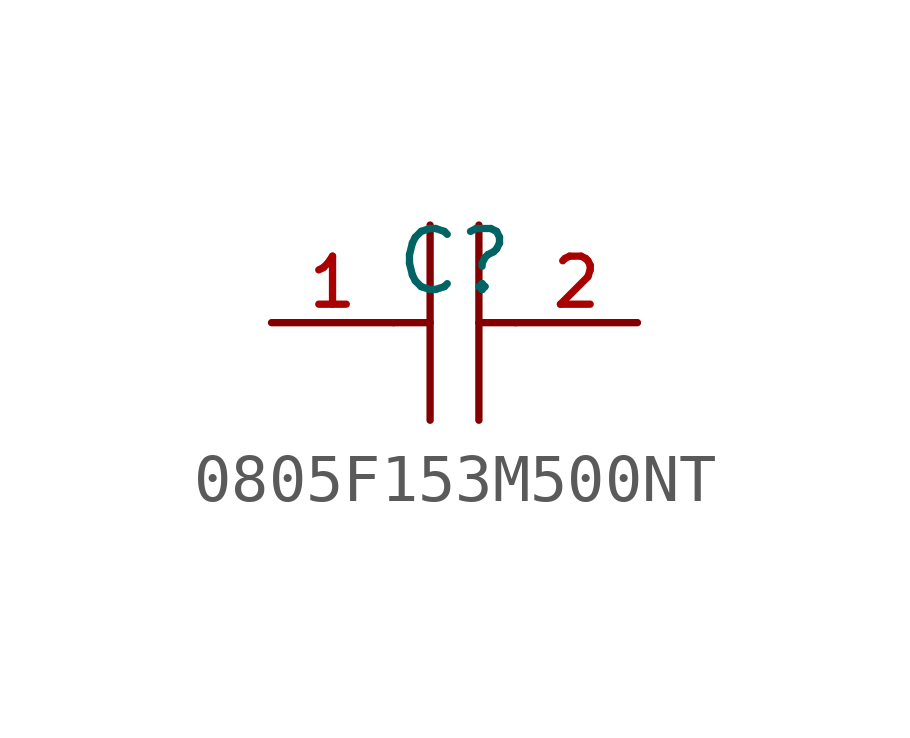
<source format=kicad_sym>
(kicad_symbol_lib
  (version 20210201)
  (generator TousstNicolas/JLC2KiCad_lib)
  (symbol "0805F153M500NT"
    (pin_names hide)
    (property "Reference" "C"
      (at 0 1.27 0)
      (effects (font (size 1.27 1.27))))
    (symbol "0805F153M500NT_0_1"
      (polyline (pts (xy -0.508 2.032) (xy -0.508 -2.032)) (stroke (width 0) (type default) (color 0 0 0 0)) (fill (type none)))
      (polyline (pts (xy 0.508 2.032) (xy 0.508 -2.032)) (stroke (width 0) (type default) (color 0 0 0 0)) (fill (type none)))
      (pin input line (at -3.81 -0.0 0) (length 2.54) (name "1" (effects (font (size 1 1)))) (number "1" (effects (font (size 1 1)))))
      (pin input line (at 3.81 -0.0 180) (length 2.54) (name "2" (effects (font (size 1 1)))) (number "2" (effects (font (size 1 1)))))
      (polyline (pts (xy -1.27 -0.0) (xy -0.508 -0.0)) (stroke (width 0) (type default) (color 0 0 0 0)) (fill (type none)))
      (polyline (pts (xy 0.508 -0.0) (xy 1.27 -0.0)) (stroke (width 0) (type default) (color 0 0 0 0)) (fill (type none))))))
</source>
